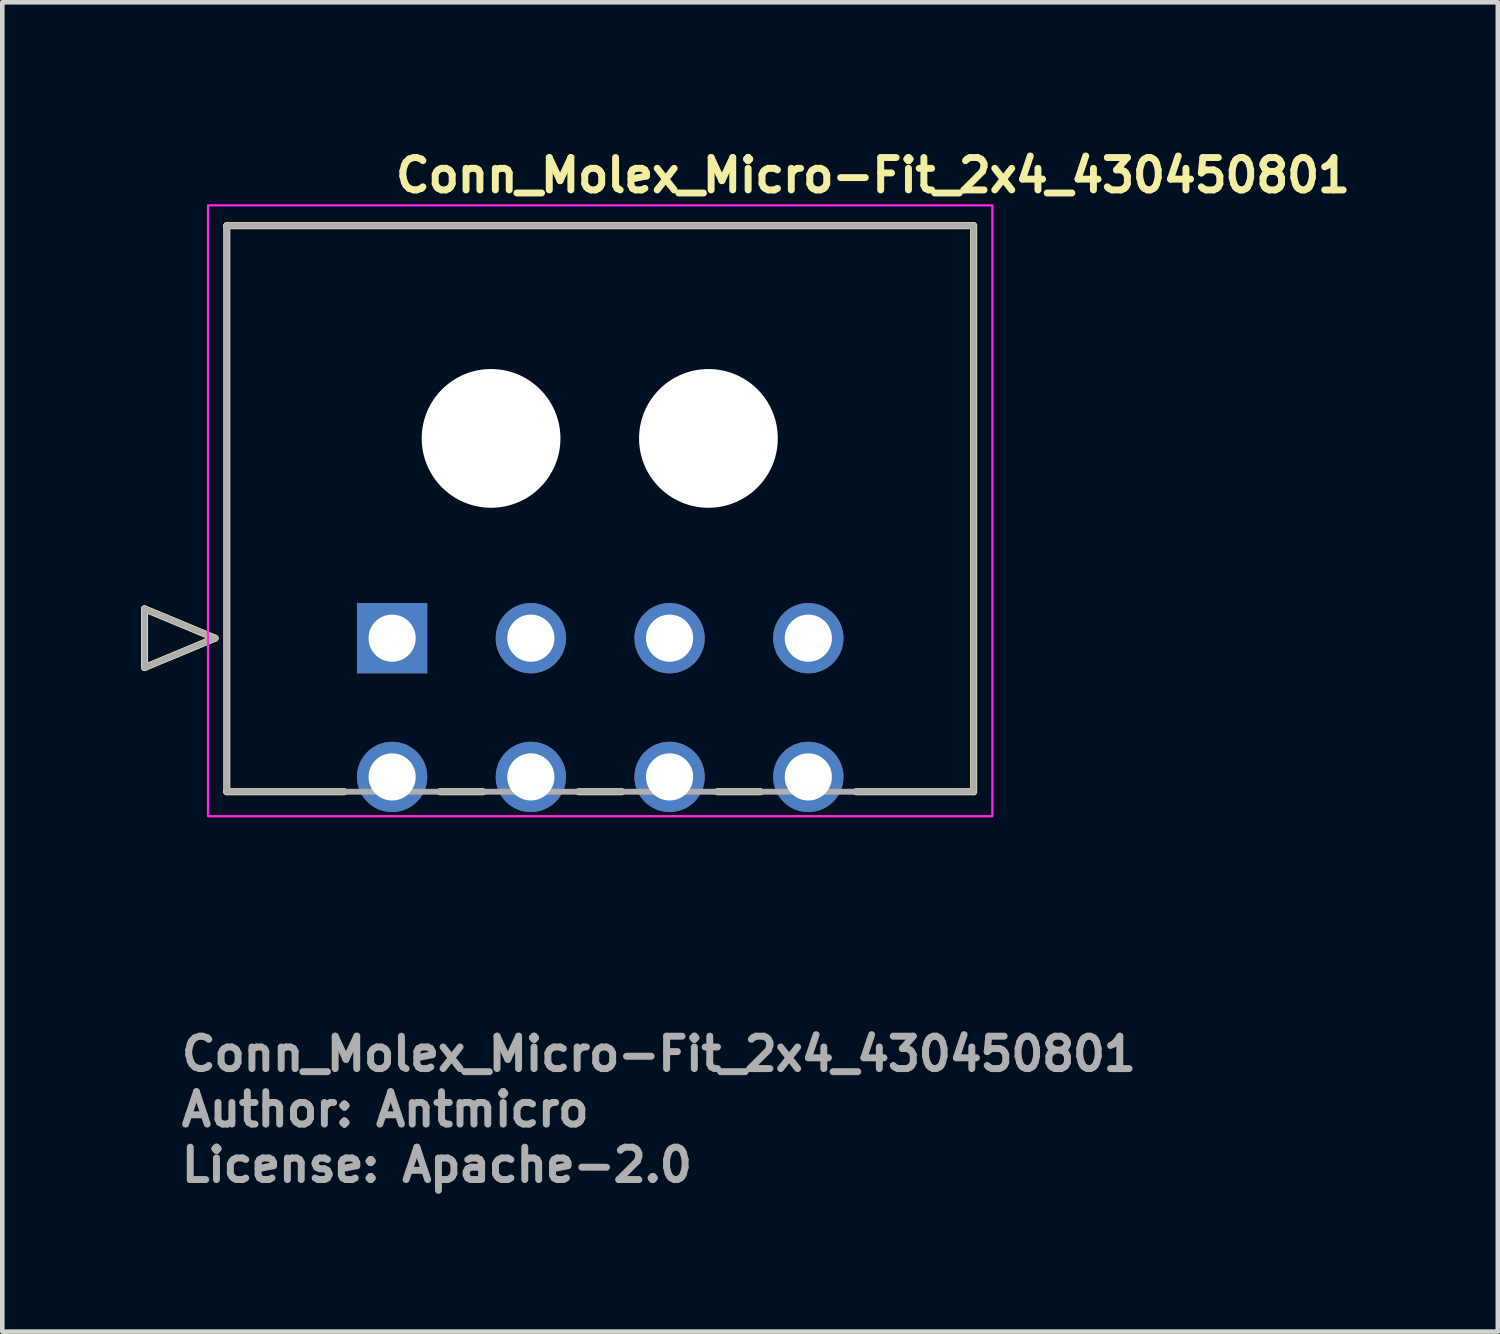
<source format=kicad_pcb>
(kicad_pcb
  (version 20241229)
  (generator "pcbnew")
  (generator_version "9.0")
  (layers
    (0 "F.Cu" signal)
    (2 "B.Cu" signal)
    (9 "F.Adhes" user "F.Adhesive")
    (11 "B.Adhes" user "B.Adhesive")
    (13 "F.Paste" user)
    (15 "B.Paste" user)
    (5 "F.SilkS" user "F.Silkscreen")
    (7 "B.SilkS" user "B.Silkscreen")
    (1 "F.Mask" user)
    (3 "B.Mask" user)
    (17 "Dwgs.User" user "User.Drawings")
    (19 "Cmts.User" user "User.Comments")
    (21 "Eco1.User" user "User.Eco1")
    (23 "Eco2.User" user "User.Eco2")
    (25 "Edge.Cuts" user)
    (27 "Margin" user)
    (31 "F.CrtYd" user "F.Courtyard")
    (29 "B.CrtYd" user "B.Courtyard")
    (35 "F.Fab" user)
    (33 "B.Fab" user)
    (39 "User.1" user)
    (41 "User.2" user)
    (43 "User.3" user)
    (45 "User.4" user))
  (footprint "Conn_Molex_Micro-Fit_2x4_430450801"
    (layer "F.Cu")
    (at 5.429 10.75)
    (property "Reference" "Conn_Molex_Micro-Fit_2x4_430450801" (at 0 -9.6 0) (layer "F.SilkS") (effects (font (size 0.7 0.7) (thickness 0.15)) (justify left bottom)))
    (attr through_hole)
    (fp_line (start -5.353 -0.635) (end -3.829 0) (stroke (width 0.152) (type solid)) (layer "F.SilkS"))
    (fp_line (start -5.353 0.635) (end -5.353 -0.635) (stroke (width 0.152) (type solid)) (layer "F.SilkS"))
    (fp_line (start -3.829 0) (end -5.353 0.635) (stroke (width 0.152) (type solid)) (layer "F.SilkS"))
    (fp_line (start -3.575 -8.92) (end -3.575 3.32) (stroke (width 0.152) (type solid)) (layer "F.SilkS"))
    (fp_line (start -3.575 3.32) (end -1.032 3.32) (stroke (width 0.152) (type solid)) (layer "F.SilkS"))
    (fp_line (start 1.032 3.32) (end 1.968 3.32) (stroke (width 0.152) (type solid)) (layer "F.SilkS"))
    (fp_line (start 4.032 3.32) (end 4.968 3.32) (stroke (width 0.152) (type solid)) (layer "F.SilkS"))
    (fp_line (start 7.032 3.32) (end 7.968 3.32) (stroke (width 0.152) (type solid)) (layer "F.SilkS"))
    (fp_line (start 10.032 3.32) (end 12.575 3.32) (stroke (width 0.152) (type solid)) (layer "F.SilkS"))
    (fp_line (start 12.575 -8.92) (end -3.575 -8.92) (stroke (width 0.152) (type solid)) (layer "F.SilkS"))
    (fp_line (start 12.575 3.32) (end 12.575 -8.92) (stroke (width 0.152) (type solid)) (layer "F.SilkS"))
    (fp_rect (start -3.98 -9.36) (end 12.98 3.85) (stroke (width 0.05) (type solid)) (fill no) (layer "F.CrtYd"))
    (fp_line (start -5.353 -0.635) (end -3.829 0) (stroke (width 0.127) (type solid)) (layer "F.Fab"))
    (fp_line (start -5.353 0.635) (end -5.353 -0.635) (stroke (width 0.127) (type solid)) (layer "F.Fab"))
    (fp_line (start -3.829 0) (end -5.353 0.635) (stroke (width 0.127) (type solid)) (layer "F.Fab"))
    (fp_line (start -3.575 -8.92) (end -3.575 3.32) (stroke (width 0.127) (type solid)) (layer "F.Fab"))
    (fp_line (start -3.575 3.32) (end 12.575 3.32) (stroke (width 0.127) (type solid)) (layer "F.Fab"))
    (fp_line (start 12.575 -8.92) (end -3.575 -8.92) (stroke (width 0.127) (type solid)) (layer "F.Fab"))
    (fp_line (start 12.575 3.32) (end 12.575 -8.92) (stroke (width 0.127) (type solid)) (layer "F.Fab"))
    (fp_rect (start -3.575 -8.955) (end 12.575 3.285) (stroke (width 0.1) (type solid)) (fill no) (layer "User.5"))
    (fp_line (start -3.575 -0.645) (end -3.575 0.955) (stroke (width 0.02) (type solid)) (layer "User.9"))
    (fp_line (start -3.575 0.955) (end -1.825 0.955) (stroke (width 0.02) (type solid)) (layer "User.9"))
    (fp_line (start -3.325 -7.305) (end -1.94 -8.955) (stroke (width 0.02) (type solid)) (layer "User.9"))
    (fp_line (start -3.325 -0.645) (end -3.575 -0.645) (stroke (width 0.02) (type solid)) (layer "User.9"))
    (fp_line (start -3.325 -0.645) (end -3.325 -7.305) (stroke (width 0.02) (type solid)) (layer "User.9"))
    (fp_line (start -1.825 0.955) (end -1.825 -0.795) (stroke (width 0.02) (type solid)) (layer "User.9"))
    (fp_line (start -0.32 0.955) (end -1.825 0.955) (stroke (width 0.02) (type solid)) (layer "User.9"))
    (fp_line (start -0.32 0.955) (end -0.32 -0.345) (stroke (width 0.02) (type solid)) (layer "User.9"))
    (fp_line (start -0.32 3.285) (end -0.32 0.955) (stroke (width 0.02) (type solid)) (layer "User.9"))
    (fp_line (start -0.32 3.285) (end 0.32 3.285) (stroke (width 0.02) (type solid)) (layer "User.9"))
    (fp_line (start 0.32 -0.345) (end -0.32 -0.345) (stroke (width 0.02) (type solid)) (layer "User.9"))
    (fp_line (start 0.32 0.955) (end 0.32 -0.345) (stroke (width 0.02) (type solid)) (layer "User.9"))
    (fp_line (start 0.32 3.285) (end 0.32 0.955) (stroke (width 0.02) (type solid)) (layer "User.9"))
    (fp_line (start 2.68 0.955) (end 0.32 0.955) (stroke (width 0.02) (type solid)) (layer "User.9"))
    (fp_line (start 2.68 0.955) (end 2.68 -0.345) (stroke (width 0.02) (type solid)) (layer "User.9"))
    (fp_line (start 2.68 3.285) (end 2.68 0.955) (stroke (width 0.02) (type solid)) (layer "User.9"))
    (fp_line (start 2.68 3.285) (end 3.32 3.285) (stroke (width 0.02) (type solid)) (layer "User.9"))
    (fp_line (start 3.32 -0.345) (end 2.68 -0.345) (stroke (width 0.02) (type solid)) (layer "User.9"))
    (fp_line (start 3.32 0.955) (end 3.32 -0.345) (stroke (width 0.02) (type solid)) (layer "User.9"))
    (fp_line (start 3.32 3.285) (end 3.32 0.955) (stroke (width 0.02) (type solid)) (layer "User.9"))
    (fp_line (start 3.8 -6.755) (end 3.8 -8.415) (stroke (width 0.02) (type solid)) (layer "User.9"))
    (fp_line (start 3.8 -6.005) (end 3.8 -6.755) (stroke (width 0.02) (type solid)) (layer "User.9"))
    (fp_line (start 3.8 -6) (end 3.8 -6.005) (stroke (width 0.02) (type solid)) (layer "User.9"))
    (fp_line (start 3.8 -6) (end 3.8 -6) (stroke (width 0.02) (type solid)) (layer "User.9"))
    (fp_line (start 3.8 -5.986) (end 3.8 -6) (stroke (width 0.02) (type solid)) (layer "User.9"))
    (fp_line (start 3.8 -5.986) (end 3.8 -5.986) (stroke (width 0.02) (type solid)) (layer "User.9"))
    (fp_line (start 3.8 -5.963) (end 3.8 -5.986) (stroke (width 0.02) (type solid)) (layer "User.9"))
    (fp_line (start 3.8 -5.963) (end 3.8 -5.963) (stroke (width 0.02) (type solid)) (layer "User.9"))
    (fp_line (start 3.8 -5.931) (end 3.8 -5.963) (stroke (width 0.02) (type solid)) (layer "User.9"))
    (fp_line (start 3.8 -5.931) (end 3.8 -5.931) (stroke (width 0.02) (type solid)) (layer "User.9"))
    (fp_line (start 3.8 -5.841) (end 3.8 -5.931) (stroke (width 0.02) (type solid)) (layer "User.9"))
    (fp_line (start 3.8 -5.841) (end 3.8 -5.841) (stroke (width 0.02) (type solid)) (layer "User.9"))
    (fp_line (start 3.8 -5.785) (end 3.8 -5.841) (stroke (width 0.02) (type solid)) (layer "User.9"))
    (fp_line (start 3.8 -5.785) (end 3.8 -5.785) (stroke (width 0.02) (type solid)) (layer "User.9"))
    (fp_line (start 3.8 -5.255) (end 3.8 -5.785) (stroke (width 0.02) (type solid)) (layer "User.9"))
    (fp_line (start 5.2 -8.415) (end 3.8 -8.415) (stroke (width 0.02) (type solid)) (layer "User.9"))
    (fp_line (start 5.2 -6.755) (end 3.8 -6.755) (stroke (width 0.02) (type solid)) (layer "User.9"))
    (fp_line (start 5.2 -6.755) (end 5.2 -8.415) (stroke (width 0.02) (type solid)) (layer "User.9"))
    (fp_line (start 5.2 -6.005) (end 3.8 -6.005) (stroke (width 0.02) (type solid)) (layer "User.9"))
    (fp_line (start 5.2 -6.005) (end 5.2 -6.755) (stroke (width 0.02) (type solid)) (layer "User.9"))
    (fp_line (start 5.2 -6) (end 5.2 -6.005) (stroke (width 0.02) (type solid)) (layer "User.9"))
    (fp_line (start 5.2 -6) (end 5.2 -6) (stroke (width 0.02) (type solid)) (layer "User.9"))
    (fp_line (start 5.2 -5.986) (end 5.2 -6) (stroke (width 0.02) (type solid)) (layer "User.9"))
    (fp_line (start 5.2 -5.986) (end 5.2 -5.986) (stroke (width 0.02) (type solid)) (layer "User.9"))
    (fp_line (start 5.2 -5.963) (end 5.2 -5.986) (stroke (width 0.02) (type solid)) (layer "User.9"))
    (fp_line (start 5.2 -5.963) (end 5.2 -5.963) (stroke (width 0.02) (type solid)) (layer "User.9"))
    (fp_line (start 5.2 -5.931) (end 5.2 -5.963) (stroke (width 0.02) (type solid)) (layer "User.9"))
    (fp_line (start 5.2 -5.931) (end 5.2 -5.931) (stroke (width 0.02) (type solid)) (layer "User.9"))
    (fp_line (start 5.2 -5.841) (end 5.2 -5.931) (stroke (width 0.02) (type solid)) (layer "User.9"))
    (fp_line (start 5.2 -5.841) (end 5.2 -5.841) (stroke (width 0.02) (type solid)) (layer "User.9"))
    (fp_line (start 5.2 -5.785) (end 5.2 -5.841) (stroke (width 0.02) (type solid)) (layer "User.9"))
    (fp_line (start 5.2 -5.785) (end 5.2 -5.785) (stroke (width 0.02) (type solid)) (layer "User.9"))
    (fp_line (start 5.2 -5.255) (end 5.2 -5.785) (stroke (width 0.02) (type solid)) (layer "User.9"))
    (fp_line (start 5.68 0.955) (end 3.32 0.955) (stroke (width 0.02) (type solid)) (layer "User.9"))
    (fp_line (start 5.68 0.955) (end 5.68 -0.345) (stroke (width 0.02) (type solid)) (layer "User.9"))
    (fp_line (start 5.68 3.285) (end 5.68 0.955) (stroke (width 0.02) (type solid)) (layer "User.9"))
    (fp_line (start 5.68 3.285) (end 6.32 3.285) (stroke (width 0.02) (type solid)) (layer "User.9"))
    (fp_line (start 6.32 -0.345) (end 5.68 -0.345) (stroke (width 0.02) (type solid)) (layer "User.9"))
    (fp_line (start 6.32 0.955) (end 6.32 -0.345) (stroke (width 0.02) (type solid)) (layer "User.9"))
    (fp_line (start 6.32 3.285) (end 6.32 0.955) (stroke (width 0.02) (type solid)) (layer "User.9"))
    (fp_line (start 8.68 0.955) (end 6.32 0.955) (stroke (width 0.02) (type solid)) (layer "User.9"))
    (fp_line (start 8.68 0.955) (end 8.68 -0.345) (stroke (width 0.02) (type solid)) (layer "User.9"))
    (fp_line (start 8.68 3.285) (end 8.68 0.955) (stroke (width 0.02) (type solid)) (layer "User.9"))
    (fp_line (start 8.68 3.285) (end 9.32 3.285) (stroke (width 0.02) (type solid)) (layer "User.9"))
    (fp_line (start 9.32 -0.345) (end 8.68 -0.345) (stroke (width 0.02) (type solid)) (layer "User.9"))
    (fp_line (start 9.32 0.955) (end 9.32 -0.345) (stroke (width 0.02) (type solid)) (layer "User.9"))
    (fp_line (start 9.32 3.285) (end 9.32 0.955) (stroke (width 0.02) (type solid)) (layer "User.9"))
    (fp_line (start 10.825 -0.795) (end -1.825 -0.795) (stroke (width 0.02) (type solid)) (layer "User.9"))
    (fp_line (start 10.825 0.955) (end 9.32 0.955) (stroke (width 0.02) (type solid)) (layer "User.9"))
    (fp_line (start 10.825 0.955) (end 10.825 -0.795) (stroke (width 0.02) (type solid)) (layer "User.9"))
    (fp_line (start 10.825 0.955) (end 12.575 0.955) (stroke (width 0.02) (type solid)) (layer "User.9"))
    (fp_line (start 10.94 -8.955) (end -1.94 -8.955) (stroke (width 0.02) (type solid)) (layer "User.9"))
    (fp_line (start 10.94 -8.955) (end 12.325 -7.305) (stroke (width 0.02) (type solid)) (layer "User.9"))
    (fp_line (start 12.325 -0.645) (end 12.325 -7.305) (stroke (width 0.02) (type solid)) (layer "User.9"))
    (fp_line (start 12.575 -0.645) (end 12.325 -0.645) (stroke (width 0.02) (type solid)) (layer "User.9"))
    (fp_line (start 12.575 0.955) (end 12.575 -0.645) (stroke (width 0.02) (type solid)) (layer "User.9"))
    (fp_text user "License: Apache-2.0" (at -4.63 11.8 0) (layer "F.Fab") (effects (font (size 0.7 0.7) (thickness 0.15)) (justify left bottom)))
    (fp_text user "${REFERENCE}" (at -4.63 9.4 0) (layer "F.Fab") (effects (font (size 0.7 0.7) (thickness 0.15)) (justify left bottom)))
    (fp_text user "Author: Antmicro" (at -4.63 10.6 0) (layer "F.Fab") (effects (font (size 0.7 0.7) (thickness 0.15)) (justify left bottom)))
    (pad "" np_thru_hole circle (at 2.14 -4.32 180) (size 3 3) (drill 3) (layers "*.Cu" "*.Mask"))
    (pad "" np_thru_hole circle (at 6.84 -4.32 180) (size 3 3) (drill 3) (layers "*.Cu" "*.Mask"))
    (pad "1" thru_hole rect (at 0 0 180) (size 1.52 1.52) (drill 1.02) (layers "*.Cu" "*.Mask"))
    (pad "2" thru_hole circle (at 3 0 180) (size 1.52 1.52) (drill 1.02) (layers "*.Cu" "*.Mask"))
    (pad "3" thru_hole circle (at 6 0 180) (size 1.52 1.52) (drill 1.02) (layers "*.Cu" "*.Mask"))
    (pad "4" thru_hole circle (at 9 0 180) (size 1.52 1.52) (drill 1.02) (layers "*.Cu" "*.Mask"))
    (pad "5" thru_hole circle (at 0 3 180) (size 1.52 1.52) (drill 1.02) (layers "*.Cu" "*.Mask"))
    (pad "6" thru_hole circle (at 3 3 180) (size 1.52 1.52) (drill 1.02) (layers "*.Cu" "*.Mask"))
    (pad "7" thru_hole circle (at 6 3 180) (size 1.52 1.52) (drill 1.02) (layers "*.Cu" "*.Mask"))
    (pad "8" thru_hole circle (at 9 3 180) (size 1.52 1.52) (drill 1.02) (layers "*.Cu" "*.Mask")))
  (gr_rect
    (start -3 -3)
    (end 29.339 25.745)
    (stroke (width 0.1) (type default))
    (fill no)
    (layer "Edge.Cuts")))
</source>
